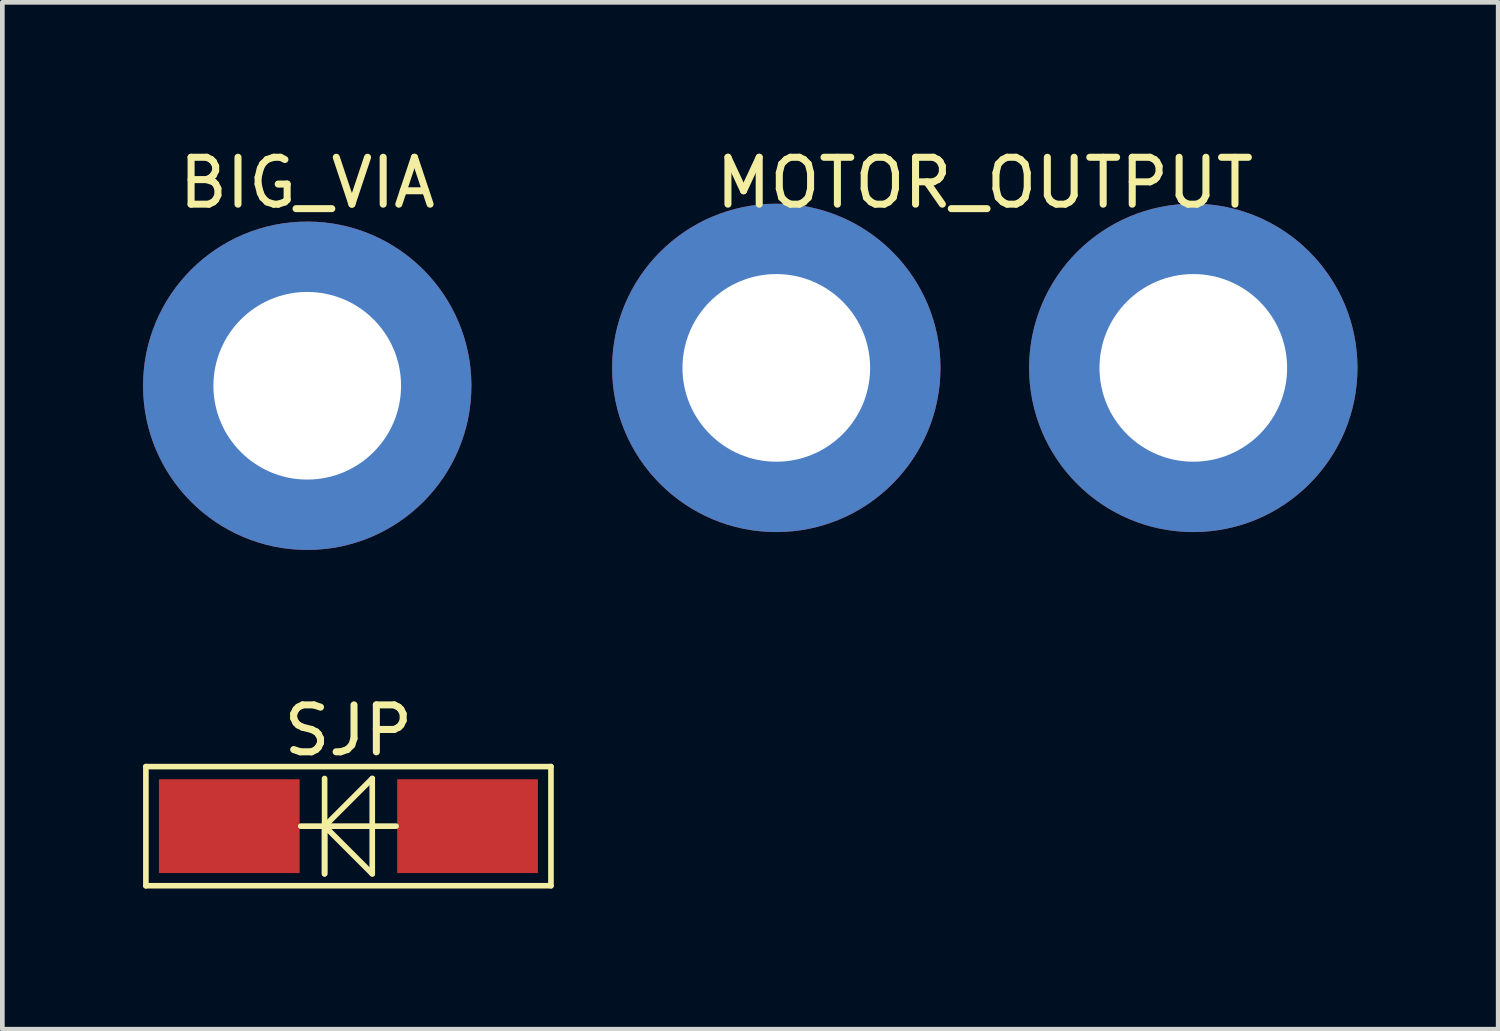
<source format=kicad_pcb>
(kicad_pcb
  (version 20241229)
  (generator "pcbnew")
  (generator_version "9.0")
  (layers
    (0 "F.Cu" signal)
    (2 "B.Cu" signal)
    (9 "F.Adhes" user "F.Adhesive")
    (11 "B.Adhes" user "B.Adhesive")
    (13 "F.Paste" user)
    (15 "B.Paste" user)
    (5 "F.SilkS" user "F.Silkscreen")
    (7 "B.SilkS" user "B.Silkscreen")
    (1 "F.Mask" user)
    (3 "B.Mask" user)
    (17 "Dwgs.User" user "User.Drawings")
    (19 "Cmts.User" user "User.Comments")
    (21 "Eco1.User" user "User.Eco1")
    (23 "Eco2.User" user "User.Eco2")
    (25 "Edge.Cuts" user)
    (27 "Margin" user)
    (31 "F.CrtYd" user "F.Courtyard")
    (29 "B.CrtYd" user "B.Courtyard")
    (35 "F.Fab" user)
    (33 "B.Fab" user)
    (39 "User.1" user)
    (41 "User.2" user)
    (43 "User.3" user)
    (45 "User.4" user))
  (footprint "SJP"
    (layer "F.Cu")
    (at 4.378 12.023)
    (property "Reference" "SJP" (at 0 0.5 0) (layer "F.SilkS") (effects (font (size 1 1) (thickness 0.15))))
    (attr through_hole)
    (fp_line (start -4.318 1.27) (end 4.318 1.27) (stroke (width 0.12) (type solid)) (layer "F.SilkS"))
    (fp_line (start -4.318 3.81) (end -4.318 1.27) (stroke (width 0.12) (type solid)) (layer "F.SilkS"))
    (fp_line (start -0.508 1.524) (end -0.508 3.556) (stroke (width 0.12) (type solid)) (layer "F.SilkS"))
    (fp_line (start -0.508 2.54) (end 0.508 1.524) (stroke (width 0.12) (type solid)) (layer "F.SilkS"))
    (fp_line (start -0.508 2.54) (end 0.508 3.556) (stroke (width 0.12) (type solid)) (layer "F.SilkS"))
    (fp_line (start -0.508 3.556) (end -0.508 2.54) (stroke (width 0.12) (type solid)) (layer "F.SilkS"))
    (fp_line (start 0.508 1.524) (end 0.508 3.556) (stroke (width 0.12) (type solid)) (layer "F.SilkS"))
    (fp_line (start 1.016 2.54) (end -1.016 2.54) (stroke (width 0.12) (type solid)) (layer "F.SilkS"))
    (fp_line (start 4.318 1.27) (end 4.318 3.81) (stroke (width 0.12) (type solid)) (layer "F.SilkS"))
    (fp_line (start 4.318 3.81) (end -4.318 3.81) (stroke (width 0.12) (type solid)) (layer "F.SilkS"))
    (pad "1" smd rect (at -2.54 2.54) (size 3 2) (layers "F.Cu" "F.Mask" "F.Paste"))
    (pad "2" smd rect (at 2.54 2.54) (size 3 2) (layers "F.Cu" "F.Mask" "F.Paste")))
  (footprint "MOTOR_OUTPUT"
    (layer "F.Cu")
    (at 17.945 0.348)
    (property "Reference" "MOTOR_OUTPUT" (at 0 0.5 0) (layer "F.SilkS") (effects (font (size 1 1) (thickness 0.15))))
    (attr through_hole)
    (pad "1" thru_hole circle (at -4.445 4.445) (size 7 7) (drill 4) (layers "*.Cu" "*.Mask"))
    (pad "2" thru_hole circle (at 4.445 4.445) (size 7 7) (drill 4) (layers "*.Cu" "*.Mask")))
  (footprint "BIG_VIA"
    (layer "F.Cu")
    (at 3.5 0.348)
    (property "Reference" "BIG_VIA" (at 0 0.5 0) (layer "F.SilkS") (effects (font (size 1 1) (thickness 0.15))))
    (attr through_hole)
    (pad "1" thru_hole circle (at 0 4.826) (size 7 7) (drill 4) (layers "*.Cu" "*.Mask")))
  (gr_rect
    (start -3 -3)
    (end 28.89 18.892)
    (stroke (width 0.1) (type default))
    (fill no)
    (layer "Edge.Cuts")))
</source>
